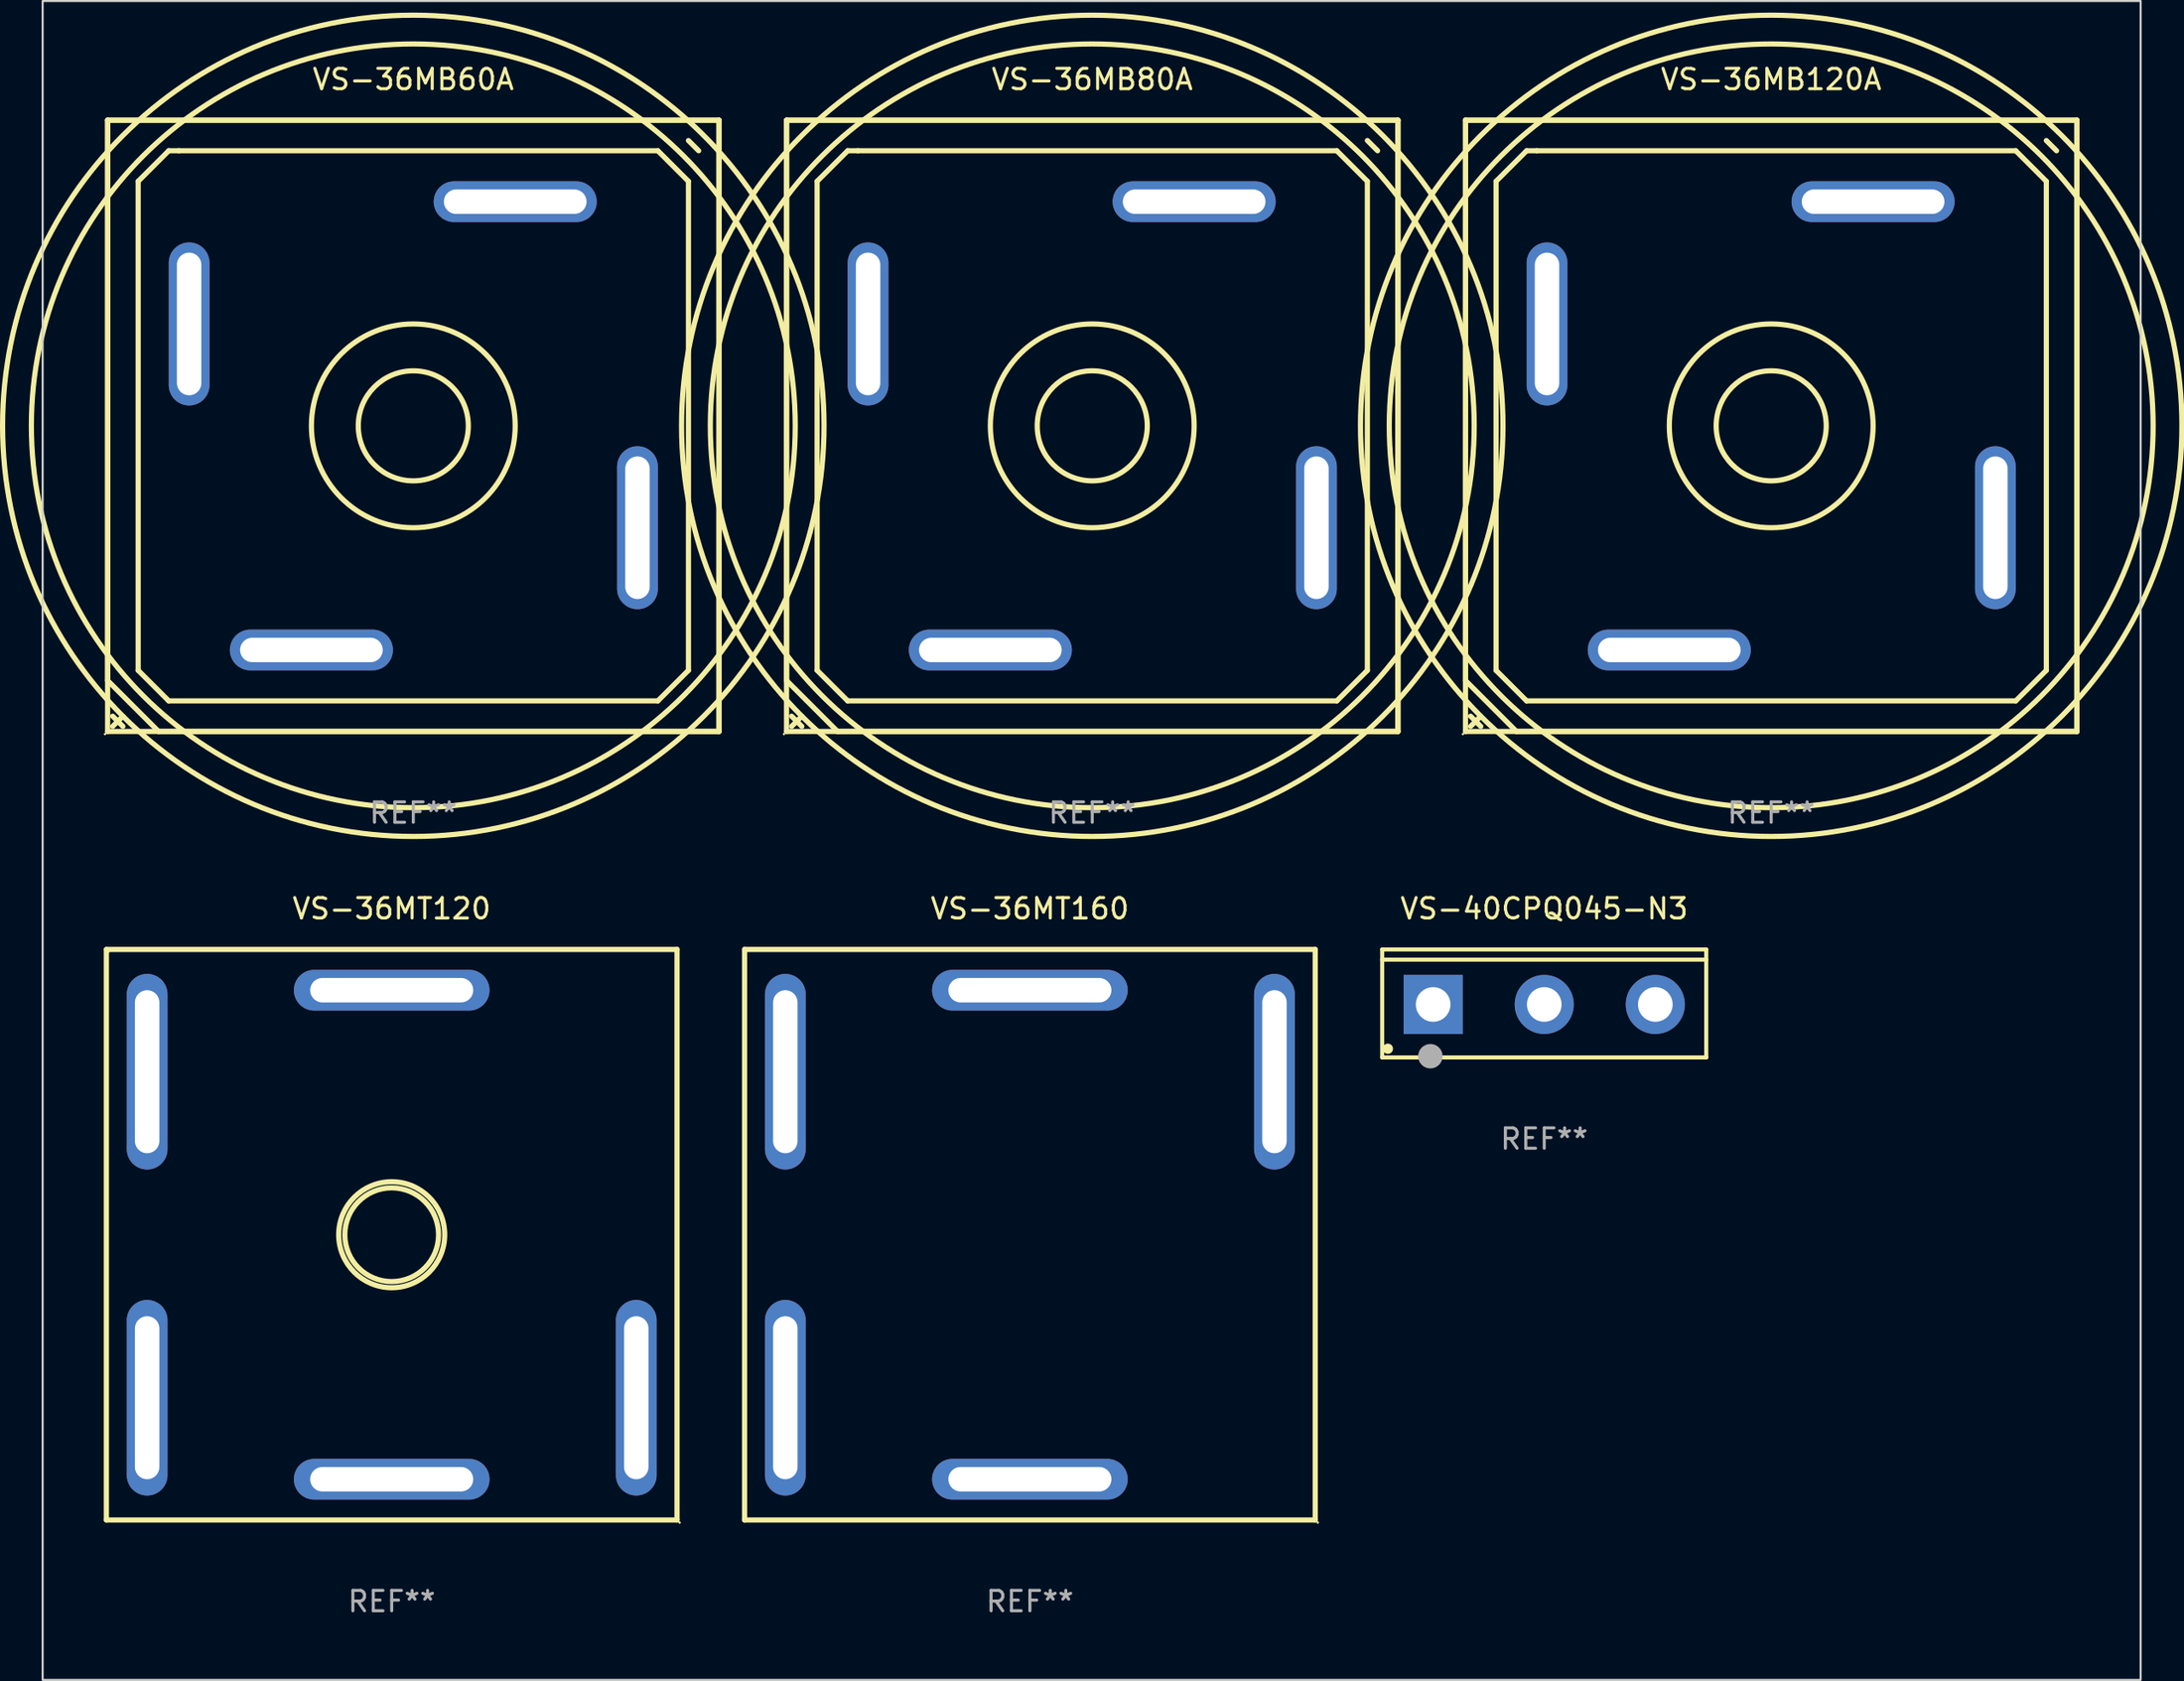
<source format=kicad_pcb>
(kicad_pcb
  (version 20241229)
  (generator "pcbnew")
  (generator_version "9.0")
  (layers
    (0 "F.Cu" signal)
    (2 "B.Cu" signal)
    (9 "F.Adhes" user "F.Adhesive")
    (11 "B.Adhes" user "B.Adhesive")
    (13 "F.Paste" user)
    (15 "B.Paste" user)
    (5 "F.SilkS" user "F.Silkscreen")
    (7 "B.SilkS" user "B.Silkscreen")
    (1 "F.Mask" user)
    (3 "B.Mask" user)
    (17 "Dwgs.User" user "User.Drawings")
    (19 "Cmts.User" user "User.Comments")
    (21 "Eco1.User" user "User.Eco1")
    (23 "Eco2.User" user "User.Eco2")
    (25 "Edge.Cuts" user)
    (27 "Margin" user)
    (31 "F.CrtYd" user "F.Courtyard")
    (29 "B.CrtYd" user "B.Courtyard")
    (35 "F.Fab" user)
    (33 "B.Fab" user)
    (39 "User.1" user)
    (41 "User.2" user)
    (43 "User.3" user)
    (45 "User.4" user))
  (footprint "VS-36MT160"
    (layer "F.Cu")
    (at 45.441 57.545)
    (property "Reference" "VS-36MT160" (at 0 -16 0) (layer "F.SilkS") (effects (font (size 1 1) (thickness 0.15))))
    (attr through_hole)
    (fp_line (start -14 -14) (end -14 14) (stroke (width 0.254) (type solid)) (layer "F.SilkS"))
    (fp_line (start -14 14) (end 14 14) (stroke (width 0.254) (type solid)) (layer "F.SilkS"))
    (fp_line (start 14 -14) (end -14 -14) (stroke (width 0.254) (type solid)) (layer "F.SilkS"))
    (fp_line (start 14 -14) (end 14 14) (stroke (width 0.254) (type solid)) (layer "F.SilkS"))
    (fp_circle (center 14.127 14.127) (end 14.157 14.127) (stroke (width 0.06) (type solid)) (fill no) (layer "F.SilkS"))
    (fp_text user "REF**" (at 0 18 0) (layer "F.Fab") (effects (font (size 1 1) (thickness 0.15))))
    (pad "&#126;" thru_hole oval (at -12 -8 180) (size 2 9.6) (drill oval 1.2 8) (layers "*.Cu" "*.Mask"))
    (pad "&#126;" thru_hole oval (at -12 8 180) (size 2 9.6) (drill oval 1.2 8) (layers "*.Cu" "*.Mask"))
    (pad "&#126;" thru_hole oval (at 12 -8 180) (size 2 9.6) (drill oval 1.2 8) (layers "*.Cu" "*.Mask"))
    (pad "+" thru_hole oval (at 0 12 90) (size 2 9.6) (drill oval 1.2 8) (layers "*.Cu" "*.Mask"))
    (pad "-" thru_hole oval (at 0 -12 90) (size 2 9.6) (drill oval 1.2 8) (layers "*.Cu" "*.Mask")))
  (footprint "VS-36MB60A"
    (layer "F.Cu")
    (at 15.187 17.848)
    (property "Reference" "VS-36MB60A" (at 0 -17 0) (layer "F.SilkS") (effects (font (size 1 1) (thickness 0.15))))
    (attr through_hole)
    (fp_line (start -15 -15) (end 15 -15) (stroke (width 0.254) (type solid)) (layer "F.SilkS"))
    (fp_line (start -15 15) (end -15 -15) (stroke (width 0.254) (type solid)) (layer "F.SilkS"))
    (fp_line (start -14.999 -14.999) (end 14.999 -14.999) (stroke (width 0.254) (type solid)) (layer "F.SilkS"))
    (fp_line (start -14.999 12.499) (end -14.999 -14.999) (stroke (width 0.254) (type solid)) (layer "F.SilkS"))
    (fp_line (start -14.75 14.25) (end -14.25 14.75) (stroke (width 0.254) (type solid)) (layer "F.SilkS"))
    (fp_line (start -14.25 14.25) (end -14.75 14.75) (stroke (width 0.254) (type solid)) (layer "F.SilkS"))
    (fp_line (start -13.5 -12) (end -12 -13.5) (stroke (width 0.254) (type solid)) (layer "F.SilkS"))
    (fp_line (start -13.5 12) (end -13.5 -12) (stroke (width 0.254) (type solid)) (layer "F.SilkS"))
    (fp_line (start -12.499 14.999) (end -14.999 12.499) (stroke (width 0.254) (type solid)) (layer "F.SilkS"))
    (fp_line (start -12 -13.5) (end -11.5 -13.5) (stroke (width 0.254) (type solid)) (layer "F.SilkS"))
    (fp_line (start -12 13.5) (end -13.5 12) (stroke (width 0.254) (type solid)) (layer "F.SilkS"))
    (fp_line (start -11.5 -13.5) (end 12 -13.5) (stroke (width 0.254) (type solid)) (layer "F.SilkS"))
    (fp_line (start 12 -13.5) (end 13.5 -12) (stroke (width 0.254) (type solid)) (layer "F.SilkS"))
    (fp_line (start 12 13.5) (end -12 13.5) (stroke (width 0.254) (type solid)) (layer "F.SilkS"))
    (fp_line (start 13.5 -12) (end 13.5 12) (stroke (width 0.254) (type solid)) (layer "F.SilkS"))
    (fp_line (start 13.5 12) (end 12 13.5) (stroke (width 0.254) (type solid)) (layer "F.SilkS"))
    (fp_line (start 13.5 -14.001) (end 14.001 -13.5) (stroke (width 0.254) (type solid)) (layer "F.SilkS"))
    (fp_line (start 14.999 -14.999) (end 14.999 14.999) (stroke (width 0.254) (type solid)) (layer "F.SilkS"))
    (fp_line (start 14.999 14.999) (end -12.499 14.999) (stroke (width 0.254) (type solid)) (layer "F.SilkS"))
    (fp_line (start 15 -15) (end 15 15) (stroke (width 0.254) (type solid)) (layer "F.SilkS"))
    (fp_line (start 15 15) (end -15 15) (stroke (width 0.254) (type solid)) (layer "F.SilkS"))
    (fp_arc (start 13.303835 13.199721) (mid -13.303813 -13.199743) (end 13.303835 13.199721) (stroke (width 0.254001) (type solid)) (layer "F.SilkS"))
    (fp_arc (start 14.301803 14.198197) (mid -14.301825 -14.198175) (end 14.301803 14.198197) (stroke (width 0.254001) (type solid)) (layer "F.SilkS"))
    (fp_circle (center -15.127 15.127) (end -15.097 15.127) (stroke (width 0.06) (type solid)) (fill no) (layer "F.SilkS"))
    (fp_circle (center 0 0) (end 2.7 0) (stroke (width 0.254) (type solid)) (fill no) (layer "F.SilkS"))
    (fp_circle (center 0 0) (end 5 0) (stroke (width 0.254) (type solid)) (fill no) (layer "F.SilkS"))
    (fp_text user "REF**" (at 0 19 0) (layer "F.Fab") (effects (font (size 1 1) (thickness 0.15))))
    (pad "1" thru_hole oval (at -5 11 90) (size 2 8) (drill oval 1.2 7) (layers "*.Cu" "*.Mask"))
    (pad "2" thru_hole oval (at 11 5 180) (size 2 8) (drill oval 1.2 7) (layers "*.Cu" "*.Mask"))
    (pad "3" thru_hole oval (at 5 -11 90) (size 2 8) (drill oval 1.2 7) (layers "*.Cu" "*.Mask"))
    (pad "4" thru_hole oval (at -11 -5) (size 2 8) (drill oval 1.2 7) (layers "*.Cu" "*.Mask")))
  (footprint "VS-36MB120A"
    (layer "F.Cu")
    (at 81.815 17.848)
    (property "Reference" "VS-36MB120A" (at 0 -17 0) (layer "F.SilkS") (effects (font (size 1 1) (thickness 0.15))))
    (attr through_hole)
    (fp_line (start -15 -15) (end 15 -15) (stroke (width 0.254) (type solid)) (layer "F.SilkS"))
    (fp_line (start -15 15) (end -15 -15) (stroke (width 0.254) (type solid)) (layer "F.SilkS"))
    (fp_line (start -14.999 -14.999) (end 14.999 -14.999) (stroke (width 0.254) (type solid)) (layer "F.SilkS"))
    (fp_line (start -14.999 12.499) (end -14.999 -14.999) (stroke (width 0.254) (type solid)) (layer "F.SilkS"))
    (fp_line (start -14.75 14.25) (end -14.25 14.75) (stroke (width 0.254) (type solid)) (layer "F.SilkS"))
    (fp_line (start -14.25 14.25) (end -14.75 14.75) (stroke (width 0.254) (type solid)) (layer "F.SilkS"))
    (fp_line (start -13.5 -12) (end -12 -13.5) (stroke (width 0.254) (type solid)) (layer "F.SilkS"))
    (fp_line (start -13.5 12) (end -13.5 -12) (stroke (width 0.254) (type solid)) (layer "F.SilkS"))
    (fp_line (start -12.499 14.999) (end -14.999 12.499) (stroke (width 0.254) (type solid)) (layer "F.SilkS"))
    (fp_line (start -12 -13.5) (end -11.5 -13.5) (stroke (width 0.254) (type solid)) (layer "F.SilkS"))
    (fp_line (start -12 13.5) (end -13.5 12) (stroke (width 0.254) (type solid)) (layer "F.SilkS"))
    (fp_line (start -11.5 -13.5) (end 12 -13.5) (stroke (width 0.254) (type solid)) (layer "F.SilkS"))
    (fp_line (start 12 -13.5) (end 13.5 -12) (stroke (width 0.254) (type solid)) (layer "F.SilkS"))
    (fp_line (start 12 13.5) (end -12 13.5) (stroke (width 0.254) (type solid)) (layer "F.SilkS"))
    (fp_line (start 13.5 -12) (end 13.5 12) (stroke (width 0.254) (type solid)) (layer "F.SilkS"))
    (fp_line (start 13.5 12) (end 12 13.5) (stroke (width 0.254) (type solid)) (layer "F.SilkS"))
    (fp_line (start 13.5 -14.001) (end 14.001 -13.5) (stroke (width 0.254) (type solid)) (layer "F.SilkS"))
    (fp_line (start 14.999 -14.999) (end 14.999 14.999) (stroke (width 0.254) (type solid)) (layer "F.SilkS"))
    (fp_line (start 14.999 14.999) (end -12.499 14.999) (stroke (width 0.254) (type solid)) (layer "F.SilkS"))
    (fp_line (start 15 -15) (end 15 15) (stroke (width 0.254) (type solid)) (layer "F.SilkS"))
    (fp_line (start 15 15) (end -15 15) (stroke (width 0.254) (type solid)) (layer "F.SilkS"))
    (fp_arc (start 13.303835 13.199721) (mid -13.303813 -13.199743) (end 13.303835 13.199721) (stroke (width 0.254001) (type solid)) (layer "F.SilkS"))
    (fp_arc (start 14.301803 14.198197) (mid -14.301825 -14.198175) (end 14.301803 14.198197) (stroke (width 0.254001) (type solid)) (layer "F.SilkS"))
    (fp_circle (center -15.127 15.127) (end -15.097 15.127) (stroke (width 0.06) (type solid)) (fill no) (layer "F.SilkS"))
    (fp_circle (center 0 0) (end 2.7 0) (stroke (width 0.254) (type solid)) (fill no) (layer "F.SilkS"))
    (fp_circle (center 0 0) (end 5 0) (stroke (width 0.254) (type solid)) (fill no) (layer "F.SilkS"))
    (fp_text user "REF**" (at 0 19 0) (layer "F.Fab") (effects (font (size 1 1) (thickness 0.15))))
    (pad "1" thru_hole oval (at -5 11 90) (size 2 8) (drill oval 1.2 7) (layers "*.Cu" "*.Mask"))
    (pad "2" thru_hole oval (at 11 5 180) (size 2 8) (drill oval 1.2 7) (layers "*.Cu" "*.Mask"))
    (pad "3" thru_hole oval (at 5 -11 90) (size 2 8) (drill oval 1.2 7) (layers "*.Cu" "*.Mask"))
    (pad "4" thru_hole oval (at -11 -5) (size 2 8) (drill oval 1.2 7) (layers "*.Cu" "*.Mask")))
  (footprint "VS-36MB80A"
    (layer "F.Cu")
    (at 48.501 17.848)
    (property "Reference" "VS-36MB80A" (at 0 -17 0) (layer "F.SilkS") (effects (font (size 1 1) (thickness 0.15))))
    (attr through_hole)
    (fp_line (start -15 -15) (end 15 -15) (stroke (width 0.254) (type solid)) (layer "F.SilkS"))
    (fp_line (start -15 15) (end -15 -15) (stroke (width 0.254) (type solid)) (layer "F.SilkS"))
    (fp_line (start -14.999 -14.999) (end 14.999 -14.999) (stroke (width 0.254) (type solid)) (layer "F.SilkS"))
    (fp_line (start -14.999 12.499) (end -14.999 -14.999) (stroke (width 0.254) (type solid)) (layer "F.SilkS"))
    (fp_line (start -14.75 14.25) (end -14.25 14.75) (stroke (width 0.254) (type solid)) (layer "F.SilkS"))
    (fp_line (start -14.25 14.25) (end -14.75 14.75) (stroke (width 0.254) (type solid)) (layer "F.SilkS"))
    (fp_line (start -13.5 -12) (end -12 -13.5) (stroke (width 0.254) (type solid)) (layer "F.SilkS"))
    (fp_line (start -13.5 12) (end -13.5 -12) (stroke (width 0.254) (type solid)) (layer "F.SilkS"))
    (fp_line (start -12.499 14.999) (end -14.999 12.499) (stroke (width 0.254) (type solid)) (layer "F.SilkS"))
    (fp_line (start -12 -13.5) (end -11.5 -13.5) (stroke (width 0.254) (type solid)) (layer "F.SilkS"))
    (fp_line (start -12 13.5) (end -13.5 12) (stroke (width 0.254) (type solid)) (layer "F.SilkS"))
    (fp_line (start -11.5 -13.5) (end 12 -13.5) (stroke (width 0.254) (type solid)) (layer "F.SilkS"))
    (fp_line (start 12 -13.5) (end 13.5 -12) (stroke (width 0.254) (type solid)) (layer "F.SilkS"))
    (fp_line (start 12 13.5) (end -12 13.5) (stroke (width 0.254) (type solid)) (layer "F.SilkS"))
    (fp_line (start 13.5 -12) (end 13.5 12) (stroke (width 0.254) (type solid)) (layer "F.SilkS"))
    (fp_line (start 13.5 12) (end 12 13.5) (stroke (width 0.254) (type solid)) (layer "F.SilkS"))
    (fp_line (start 13.5 -14.001) (end 14.001 -13.5) (stroke (width 0.254) (type solid)) (layer "F.SilkS"))
    (fp_line (start 14.999 -14.999) (end 14.999 14.999) (stroke (width 0.254) (type solid)) (layer "F.SilkS"))
    (fp_line (start 14.999 14.999) (end -12.499 14.999) (stroke (width 0.254) (type solid)) (layer "F.SilkS"))
    (fp_line (start 15 -15) (end 15 15) (stroke (width 0.254) (type solid)) (layer "F.SilkS"))
    (fp_line (start 15 15) (end -15 15) (stroke (width 0.254) (type solid)) (layer "F.SilkS"))
    (fp_arc (start 13.303835 13.199721) (mid -13.303813 -13.199743) (end 13.303835 13.199721) (stroke (width 0.254001) (type solid)) (layer "F.SilkS"))
    (fp_arc (start 14.301803 14.198197) (mid -14.301825 -14.198175) (end 14.301803 14.198197) (stroke (width 0.254001) (type solid)) (layer "F.SilkS"))
    (fp_circle (center -15.127 15.127) (end -15.097 15.127) (stroke (width 0.06) (type solid)) (fill no) (layer "F.SilkS"))
    (fp_circle (center 0 0) (end 2.7 0) (stroke (width 0.254) (type solid)) (fill no) (layer "F.SilkS"))
    (fp_circle (center 0 0) (end 5 0) (stroke (width 0.254) (type solid)) (fill no) (layer "F.SilkS"))
    (fp_text user "REF**" (at 0 19 0) (layer "F.Fab") (effects (font (size 1 1) (thickness 0.15))))
    (pad "1" thru_hole oval (at -5 11 90) (size 2 8) (drill oval 1.2 7) (layers "*.Cu" "*.Mask"))
    (pad "2" thru_hole oval (at 11 5 180) (size 2 8) (drill oval 1.2 7) (layers "*.Cu" "*.Mask"))
    (pad "3" thru_hole oval (at 5 -11 90) (size 2 8) (drill oval 1.2 7) (layers "*.Cu" "*.Mask"))
    (pad "4" thru_hole oval (at -11 -5) (size 2 8) (drill oval 1.2 7) (layers "*.Cu" "*.Mask")))
  (footprint "VS-40CPQ045-N3"
    (layer "F.Cu")
    (at 70.678 46.195)
    (property "Reference" "VS-40CPQ045-N3" (at 0 -4.65 0) (layer "F.SilkS") (effects (font (size 1 1) (thickness 0.15))))
    (attr through_hole)
    (fp_line (start -7.95 -2.65) (end -7.95 2.65) (stroke (width 0.2) (type solid)) (layer "F.SilkS"))
    (fp_line (start -7.95 -2.15) (end 7.95 -2.15) (stroke (width 0.2) (type solid)) (layer "F.SilkS"))
    (fp_line (start -7.95 2.65) (end 7.95 2.65) (stroke (width 0.2) (type solid)) (layer "F.SilkS"))
    (fp_line (start 7.95 -2.65) (end -7.95 -2.65) (stroke (width 0.2) (type solid)) (layer "F.SilkS"))
    (fp_line (start 7.95 2.65) (end 7.95 -2.65) (stroke (width 0.2) (type solid)) (layer "F.SilkS"))
    (fp_circle (center -7.672 2.223) (end -7.545 2.223) (stroke (width 0.254) (type solid)) (fill no) (layer "F.SilkS"))
    (fp_circle (center -5.587 2.59) (end -5.287 2.59) (stroke (width 0.6) (type solid)) (fill no) (layer "F.Fab"))
    (fp_text user "REF**" (at 0 6.65 0) (layer "F.Fab") (effects (font (size 1 1) (thickness 0.15))))
    (pad "1" thru_hole rect (at -5.45 0.05) (size 2.9 2.9) (drill 1.7) (layers "*.Cu" "*.Mask"))
    (pad "2" thru_hole circle (at 0.001 0.05) (size 2.9 2.9) (drill 1.7) (layers "*.Cu" "*.Mask"))
    (pad "3" thru_hole circle (at 5.451 0.05) (size 2.9 2.9) (drill 1.7) (layers "*.Cu" "*.Mask")))
  (footprint "VS-36MT120"
    (layer "F.Cu")
    (at 14.127 57.545)
    (property "Reference" "VS-36MT120" (at 0 -16 0) (layer "F.SilkS") (effects (font (size 1 1) (thickness 0.15))))
    (attr through_hole)
    (fp_line (start -14 -14) (end -14 14) (stroke (width 0.254) (type solid)) (layer "F.SilkS"))
    (fp_line (start -14 14) (end 14 14) (stroke (width 0.254) (type solid)) (layer "F.SilkS"))
    (fp_line (start 14 -14) (end -14 -14) (stroke (width 0.254) (type solid)) (layer "F.SilkS"))
    (fp_line (start 14 -14) (end 14 14) (stroke (width 0.254) (type solid)) (layer "F.SilkS"))
    (fp_circle (center -13.91 -13.88) (end -13.88 -13.88) (stroke (width 0.06) (type solid)) (fill no) (layer "F.SilkS"))
    (fp_circle (center 0 0.000013) (end 2.3 0.000013) (stroke (width 0.254) (type solid)) (fill no) (layer "F.SilkS"))
    (fp_circle (center 0 0.000013) (end 2.6 0.000013) (stroke (width 0.254) (type solid)) (fill no) (layer "F.SilkS"))
    (fp_circle (center 14.127 14.127) (end 14.157 14.127) (stroke (width 0.06) (type solid)) (fill no) (layer "F.SilkS"))
    (fp_text user "REF**" (at 0 18 0) (layer "F.Fab") (effects (font (size 1 1) (thickness 0.15))))
    (pad "&#126;1" thru_hole oval (at -12 -8 180) (size 2 9.6) (drill oval 1.2 8) (layers "*.Cu" "*.Mask"))
    (pad "&#126;2" thru_hole oval (at 12 8 180) (size 2 9.6) (drill oval 1.2 8) (layers "*.Cu" "*.Mask"))
    (pad "&#126;3" thru_hole oval (at -12 8 180) (size 2 9.6) (drill oval 1.2 8) (layers "*.Cu" "*.Mask"))
    (pad "+" thru_hole oval (at 0 -12 90) (size 2 9.6) (drill oval 1.2 8) (layers "*.Cu" "*.Mask"))
    (pad "-" thru_hole oval (at 0 12 90) (size 2 9.6) (drill oval 1.2 8) (layers "*.Cu" "*.Mask")))
  (gr_rect
    (start -3 -3)
    (end 99.942 79.393)
    (stroke (width 0.1) (type default))
    (fill no)
    (layer "Edge.Cuts")))
</source>
